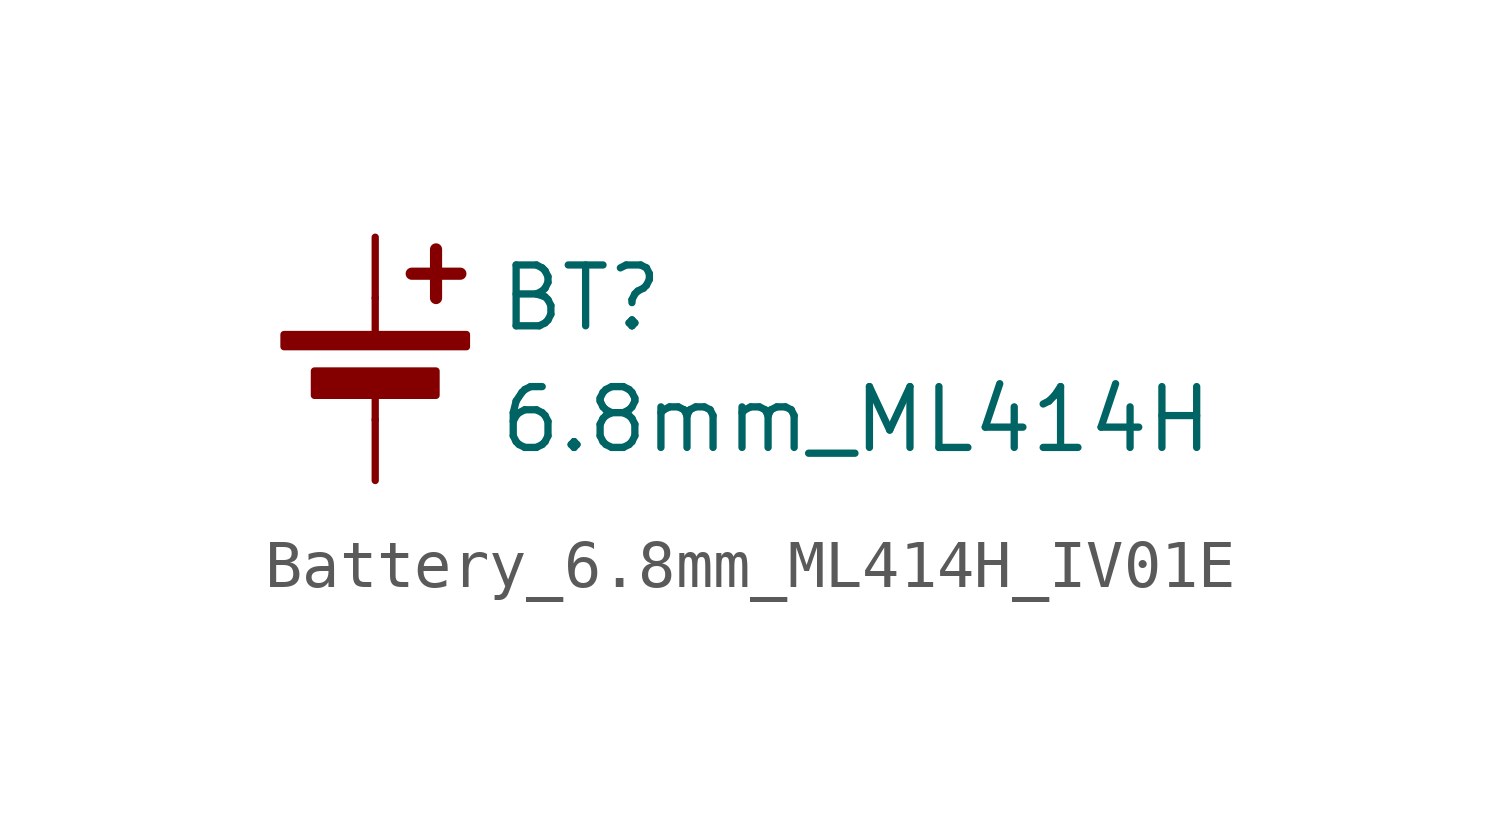
<source format=kicad_sym>
(kicad_symbol_lib
  (version 20231120)
  (generator "kicad_symbol_editor")
  (generator_version "8.0")
  (symbol "Battery_6.8mm_ML414H_IV01E"
    (pin_numbers hide)
    (pin_names
      (offset 0) hide)
    (property "Reference" "BT"
      (at 2.54 2.54 0)
      (effects (font (size 1.27 1.27)) (justify left)))
    (property "Value" "6.8mm_ML414H"
      (at 2.54 0 0)
      (effects (font (size 1.27 1.27)) (justify left)))
    (symbol "Battery_6.8mm_ML414H_IV01E_0_1"
      (rectangle (start -1.905 1.778) (end 1.905 1.524) (stroke (width 0) (type default)) (fill (type outline)))
      (rectangle (start -1.27 1.016) (end 1.27 0.508) (stroke (width 0) (type default)) (fill (type outline)))
      (polyline (pts (xy 0 0.762) (xy 0 0)) (stroke (width 0) (type default)) (fill (type none)))
      (polyline (pts (xy 0 1.778) (xy 0 2.54)) (stroke (width 0) (type default)) (fill (type none)))
      (polyline (pts (xy 0.762 3.048) (xy 1.778 3.048)) (stroke (width 0.254) (type default)) (fill (type none)))
      (polyline (pts (xy 1.27 3.556) (xy 1.27 2.54)) (stroke (width 0.254) (type default)) (fill (type none))))
    (symbol "Battery_6.8mm_ML414H_IV01E_1_1"
      (pin power_out line (at 0 3.81 270) (length 1.27) (name "+" (effects (font (size 1.27 1.27)))) (number "+" (effects (font (size 1.27 1.27)))))
      (pin passive line (at 0 -1.27 90) (length 1.27) (name "-" (effects (font (size 1.27 1.27)))) (number "-" (effects (font (size 1.27 1.27))))))))
</source>
